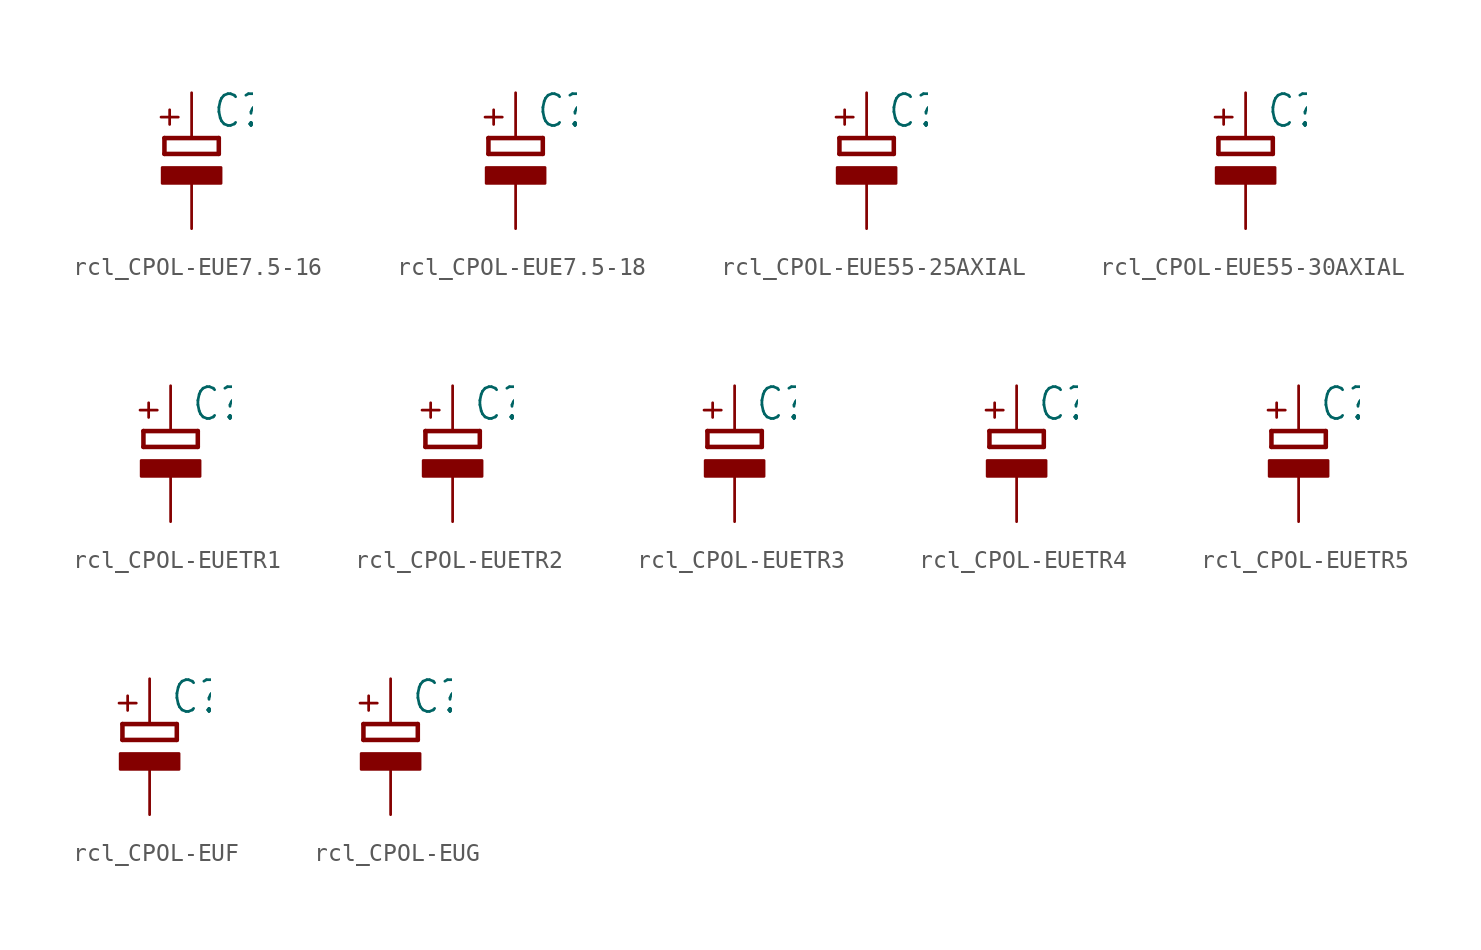
<source format=kicad_sym>
(kicad_symbol_lib
  (version 20231120)
  (generator "kicad_symbol_editor")
  (generator_version "8.0")
  (symbol "rcl_CPOL-EUE7.5-16"
    (property "Reference" "C"
      (at 1.143 0.483 0)
      (effects (font (size 1.778 1.511)) (justify left bottom)))
    (property "Value" ""
      (at 1.143 -4.597 0)
      (effects (font (size 1.778 1.511)) (justify left bottom)))
    (property "ki_locked" ""
      (at 0 0 0)
      (effects (font (size 1.27 1.27))))
    (symbol "rcl_CPOL-EUE7.5-16_1_0"
      (rectangle (start -1.651 -2.54) (end 1.651 -1.651) (stroke (width 0) (type default)) (fill (type outline)))
      (polyline (pts (xy -1.524 -0.889) (xy 1.524 -0.889)) (stroke (width 0.254) (type solid)) (fill (type none)))
      (polyline (pts (xy -1.524 0) (xy -1.524 -0.889)) (stroke (width 0.254) (type solid)) (fill (type none)))
      (polyline (pts (xy -1.524 0) (xy 1.524 0)) (stroke (width 0.254) (type solid)) (fill (type none)))
      (polyline (pts (xy 1.524 -0.889) (xy 1.524 0)) (stroke (width 0.254) (type solid)) (fill (type none)))
      (text "+" (at -0.584 0.406 900) (effects (font (size 1.27 1.079)) (justify left bottom)))
      (pin passive line (at 0 2.54 270) (length 2.54) (name "+" (effects (font (size 0 0)))) (number "+" (effects (font (size 0 0)))))
      (pin passive line (at 0 -5.08 90) (length 2.54) (name "-" (effects (font (size 0 0)))) (number "-" (effects (font (size 0 0)))))))
  (symbol "rcl_CPOL-EUE7.5-18"
    (property "Reference" "C"
      (at 1.143 0.483 0)
      (effects (font (size 1.778 1.511)) (justify left bottom)))
    (property "Value" ""
      (at 1.143 -4.597 0)
      (effects (font (size 1.778 1.511)) (justify left bottom)))
    (property "ki_locked" ""
      (at 0 0 0)
      (effects (font (size 1.27 1.27))))
    (symbol "rcl_CPOL-EUE7.5-18_1_0"
      (rectangle (start -1.651 -2.54) (end 1.651 -1.651) (stroke (width 0) (type default)) (fill (type outline)))
      (polyline (pts (xy -1.524 -0.889) (xy 1.524 -0.889)) (stroke (width 0.254) (type solid)) (fill (type none)))
      (polyline (pts (xy -1.524 0) (xy -1.524 -0.889)) (stroke (width 0.254) (type solid)) (fill (type none)))
      (polyline (pts (xy -1.524 0) (xy 1.524 0)) (stroke (width 0.254) (type solid)) (fill (type none)))
      (polyline (pts (xy 1.524 -0.889) (xy 1.524 0)) (stroke (width 0.254) (type solid)) (fill (type none)))
      (text "+" (at -0.584 0.406 900) (effects (font (size 1.27 1.079)) (justify left bottom)))
      (pin passive line (at 0 2.54 270) (length 2.54) (name "+" (effects (font (size 0 0)))) (number "+" (effects (font (size 0 0)))))
      (pin passive line (at 0 -5.08 90) (length 2.54) (name "-" (effects (font (size 0 0)))) (number "-" (effects (font (size 0 0)))))))
  (symbol "rcl_CPOL-EUE55-25AXIAL"
    (property "Reference" "C"
      (at 1.143 0.483 0)
      (effects (font (size 1.778 1.511)) (justify left bottom)))
    (property "Value" ""
      (at 1.143 -4.597 0)
      (effects (font (size 1.778 1.511)) (justify left bottom)))
    (property "ki_locked" ""
      (at 0 0 0)
      (effects (font (size 1.27 1.27))))
    (symbol "rcl_CPOL-EUE55-25AXIAL_1_0"
      (rectangle (start -1.651 -2.54) (end 1.651 -1.651) (stroke (width 0) (type default)) (fill (type outline)))
      (polyline (pts (xy -1.524 -0.889) (xy 1.524 -0.889)) (stroke (width 0.254) (type solid)) (fill (type none)))
      (polyline (pts (xy -1.524 0) (xy -1.524 -0.889)) (stroke (width 0.254) (type solid)) (fill (type none)))
      (polyline (pts (xy -1.524 0) (xy 1.524 0)) (stroke (width 0.254) (type solid)) (fill (type none)))
      (polyline (pts (xy 1.524 -0.889) (xy 1.524 0)) (stroke (width 0.254) (type solid)) (fill (type none)))
      (text "+" (at -0.584 0.406 900) (effects (font (size 1.27 1.079)) (justify left bottom)))
      (pin passive line (at 0 2.54 270) (length 2.54) (name "+" (effects (font (size 0 0)))) (number "+" (effects (font (size 0 0)))))
      (pin passive line (at 0 -5.08 90) (length 2.54) (name "-" (effects (font (size 0 0)))) (number "-" (effects (font (size 0 0)))))))
  (symbol "rcl_CPOL-EUE55-30AXIAL"
    (property "Reference" "C"
      (at 1.143 0.483 0)
      (effects (font (size 1.778 1.511)) (justify left bottom)))
    (property "Value" ""
      (at 1.143 -4.597 0)
      (effects (font (size 1.778 1.511)) (justify left bottom)))
    (property "ki_locked" ""
      (at 0 0 0)
      (effects (font (size 1.27 1.27))))
    (symbol "rcl_CPOL-EUE55-30AXIAL_1_0"
      (rectangle (start -1.651 -2.54) (end 1.651 -1.651) (stroke (width 0) (type default)) (fill (type outline)))
      (polyline (pts (xy -1.524 -0.889) (xy 1.524 -0.889)) (stroke (width 0.254) (type solid)) (fill (type none)))
      (polyline (pts (xy -1.524 0) (xy -1.524 -0.889)) (stroke (width 0.254) (type solid)) (fill (type none)))
      (polyline (pts (xy -1.524 0) (xy 1.524 0)) (stroke (width 0.254) (type solid)) (fill (type none)))
      (polyline (pts (xy 1.524 -0.889) (xy 1.524 0)) (stroke (width 0.254) (type solid)) (fill (type none)))
      (text "+" (at -0.584 0.406 900) (effects (font (size 1.27 1.079)) (justify left bottom)))
      (pin passive line (at 0 2.54 270) (length 2.54) (name "+" (effects (font (size 0 0)))) (number "+" (effects (font (size 0 0)))))
      (pin passive line (at 0 -5.08 90) (length 2.54) (name "-" (effects (font (size 0 0)))) (number "-" (effects (font (size 0 0)))))))
  (symbol "rcl_CPOL-EUETR1"
    (property "Reference" "C"
      (at 1.143 0.483 0)
      (effects (font (size 1.778 1.511)) (justify left bottom)))
    (property "Value" ""
      (at 1.143 -4.597 0)
      (effects (font (size 1.778 1.511)) (justify left bottom)))
    (property "ki_locked" ""
      (at 0 0 0)
      (effects (font (size 1.27 1.27))))
    (symbol "rcl_CPOL-EUETR1_1_0"
      (rectangle (start -1.651 -2.54) (end 1.651 -1.651) (stroke (width 0) (type default)) (fill (type outline)))
      (polyline (pts (xy -1.524 -0.889) (xy 1.524 -0.889)) (stroke (width 0.254) (type solid)) (fill (type none)))
      (polyline (pts (xy -1.524 0) (xy -1.524 -0.889)) (stroke (width 0.254) (type solid)) (fill (type none)))
      (polyline (pts (xy -1.524 0) (xy 1.524 0)) (stroke (width 0.254) (type solid)) (fill (type none)))
      (polyline (pts (xy 1.524 -0.889) (xy 1.524 0)) (stroke (width 0.254) (type solid)) (fill (type none)))
      (text "+" (at -0.584 0.406 900) (effects (font (size 1.27 1.079)) (justify left bottom)))
      (pin passive line (at 0 2.54 270) (length 2.54) (name "+" (effects (font (size 0 0)))) (number "+" (effects (font (size 0 0)))))
      (pin passive line (at 0 -5.08 90) (length 2.54) (name "-" (effects (font (size 0 0)))) (number "-" (effects (font (size 0 0)))))))
  (symbol "rcl_CPOL-EUETR2"
    (property "Reference" "C"
      (at 1.143 0.483 0)
      (effects (font (size 1.778 1.511)) (justify left bottom)))
    (property "Value" ""
      (at 1.143 -4.597 0)
      (effects (font (size 1.778 1.511)) (justify left bottom)))
    (property "ki_locked" ""
      (at 0 0 0)
      (effects (font (size 1.27 1.27))))
    (symbol "rcl_CPOL-EUETR2_1_0"
      (rectangle (start -1.651 -2.54) (end 1.651 -1.651) (stroke (width 0) (type default)) (fill (type outline)))
      (polyline (pts (xy -1.524 -0.889) (xy 1.524 -0.889)) (stroke (width 0.254) (type solid)) (fill (type none)))
      (polyline (pts (xy -1.524 0) (xy -1.524 -0.889)) (stroke (width 0.254) (type solid)) (fill (type none)))
      (polyline (pts (xy -1.524 0) (xy 1.524 0)) (stroke (width 0.254) (type solid)) (fill (type none)))
      (polyline (pts (xy 1.524 -0.889) (xy 1.524 0)) (stroke (width 0.254) (type solid)) (fill (type none)))
      (text "+" (at -0.584 0.406 900) (effects (font (size 1.27 1.079)) (justify left bottom)))
      (pin passive line (at 0 2.54 270) (length 2.54) (name "+" (effects (font (size 0 0)))) (number "+" (effects (font (size 0 0)))))
      (pin passive line (at 0 -5.08 90) (length 2.54) (name "-" (effects (font (size 0 0)))) (number "-" (effects (font (size 0 0)))))))
  (symbol "rcl_CPOL-EUETR3"
    (property "Reference" "C"
      (at 1.143 0.483 0)
      (effects (font (size 1.778 1.511)) (justify left bottom)))
    (property "Value" ""
      (at 1.143 -4.597 0)
      (effects (font (size 1.778 1.511)) (justify left bottom)))
    (property "ki_locked" ""
      (at 0 0 0)
      (effects (font (size 1.27 1.27))))
    (symbol "rcl_CPOL-EUETR3_1_0"
      (rectangle (start -1.651 -2.54) (end 1.651 -1.651) (stroke (width 0) (type default)) (fill (type outline)))
      (polyline (pts (xy -1.524 -0.889) (xy 1.524 -0.889)) (stroke (width 0.254) (type solid)) (fill (type none)))
      (polyline (pts (xy -1.524 0) (xy -1.524 -0.889)) (stroke (width 0.254) (type solid)) (fill (type none)))
      (polyline (pts (xy -1.524 0) (xy 1.524 0)) (stroke (width 0.254) (type solid)) (fill (type none)))
      (polyline (pts (xy 1.524 -0.889) (xy 1.524 0)) (stroke (width 0.254) (type solid)) (fill (type none)))
      (text "+" (at -0.584 0.406 900) (effects (font (size 1.27 1.079)) (justify left bottom)))
      (pin passive line (at 0 2.54 270) (length 2.54) (name "+" (effects (font (size 0 0)))) (number "+" (effects (font (size 0 0)))))
      (pin passive line (at 0 -5.08 90) (length 2.54) (name "-" (effects (font (size 0 0)))) (number "-" (effects (font (size 0 0)))))))
  (symbol "rcl_CPOL-EUETR4"
    (property "Reference" "C"
      (at 1.143 0.483 0)
      (effects (font (size 1.778 1.511)) (justify left bottom)))
    (property "Value" ""
      (at 1.143 -4.597 0)
      (effects (font (size 1.778 1.511)) (justify left bottom)))
    (property "ki_locked" ""
      (at 0 0 0)
      (effects (font (size 1.27 1.27))))
    (symbol "rcl_CPOL-EUETR4_1_0"
      (rectangle (start -1.651 -2.54) (end 1.651 -1.651) (stroke (width 0) (type default)) (fill (type outline)))
      (polyline (pts (xy -1.524 -0.889) (xy 1.524 -0.889)) (stroke (width 0.254) (type solid)) (fill (type none)))
      (polyline (pts (xy -1.524 0) (xy -1.524 -0.889)) (stroke (width 0.254) (type solid)) (fill (type none)))
      (polyline (pts (xy -1.524 0) (xy 1.524 0)) (stroke (width 0.254) (type solid)) (fill (type none)))
      (polyline (pts (xy 1.524 -0.889) (xy 1.524 0)) (stroke (width 0.254) (type solid)) (fill (type none)))
      (text "+" (at -0.584 0.406 900) (effects (font (size 1.27 1.079)) (justify left bottom)))
      (pin passive line (at 0 2.54 270) (length 2.54) (name "+" (effects (font (size 0 0)))) (number "+" (effects (font (size 0 0)))))
      (pin passive line (at 0 -5.08 90) (length 2.54) (name "-" (effects (font (size 0 0)))) (number "-" (effects (font (size 0 0)))))))
  (symbol "rcl_CPOL-EUETR5"
    (property "Reference" "C"
      (at 1.143 0.483 0)
      (effects (font (size 1.778 1.511)) (justify left bottom)))
    (property "Value" ""
      (at 1.143 -4.597 0)
      (effects (font (size 1.778 1.511)) (justify left bottom)))
    (property "ki_locked" ""
      (at 0 0 0)
      (effects (font (size 1.27 1.27))))
    (symbol "rcl_CPOL-EUETR5_1_0"
      (rectangle (start -1.651 -2.54) (end 1.651 -1.651) (stroke (width 0) (type default)) (fill (type outline)))
      (polyline (pts (xy -1.524 -0.889) (xy 1.524 -0.889)) (stroke (width 0.254) (type solid)) (fill (type none)))
      (polyline (pts (xy -1.524 0) (xy -1.524 -0.889)) (stroke (width 0.254) (type solid)) (fill (type none)))
      (polyline (pts (xy -1.524 0) (xy 1.524 0)) (stroke (width 0.254) (type solid)) (fill (type none)))
      (polyline (pts (xy 1.524 -0.889) (xy 1.524 0)) (stroke (width 0.254) (type solid)) (fill (type none)))
      (text "+" (at -0.584 0.406 900) (effects (font (size 1.27 1.079)) (justify left bottom)))
      (pin passive line (at 0 2.54 270) (length 2.54) (name "+" (effects (font (size 0 0)))) (number "+" (effects (font (size 0 0)))))
      (pin passive line (at 0 -5.08 90) (length 2.54) (name "-" (effects (font (size 0 0)))) (number "-" (effects (font (size 0 0)))))))
  (symbol "rcl_CPOL-EUF"
    (property "Reference" "C"
      (at 1.143 0.483 0)
      (effects (font (size 1.778 1.511)) (justify left bottom)))
    (property "Value" ""
      (at 1.143 -4.597 0)
      (effects (font (size 1.778 1.511)) (justify left bottom)))
    (property "ki_locked" ""
      (at 0 0 0)
      (effects (font (size 1.27 1.27))))
    (symbol "rcl_CPOL-EUF_1_0"
      (rectangle (start -1.651 -2.54) (end 1.651 -1.651) (stroke (width 0) (type default)) (fill (type outline)))
      (polyline (pts (xy -1.524 -0.889) (xy 1.524 -0.889)) (stroke (width 0.254) (type solid)) (fill (type none)))
      (polyline (pts (xy -1.524 0) (xy -1.524 -0.889)) (stroke (width 0.254) (type solid)) (fill (type none)))
      (polyline (pts (xy -1.524 0) (xy 1.524 0)) (stroke (width 0.254) (type solid)) (fill (type none)))
      (polyline (pts (xy 1.524 -0.889) (xy 1.524 0)) (stroke (width 0.254) (type solid)) (fill (type none)))
      (text "+" (at -0.584 0.406 900) (effects (font (size 1.27 1.079)) (justify left bottom)))
      (pin passive line (at 0 2.54 270) (length 2.54) (name "+" (effects (font (size 0 0)))) (number "+" (effects (font (size 0 0)))))
      (pin passive line (at 0 -5.08 90) (length 2.54) (name "-" (effects (font (size 0 0)))) (number "-" (effects (font (size 0 0)))))))
  (symbol "rcl_CPOL-EUG"
    (property "Reference" "C"
      (at 1.143 0.483 0)
      (effects (font (size 1.778 1.511)) (justify left bottom)))
    (property "Value" ""
      (at 1.143 -4.597 0)
      (effects (font (size 1.778 1.511)) (justify left bottom)))
    (property "ki_locked" ""
      (at 0 0 0)
      (effects (font (size 1.27 1.27))))
    (symbol "rcl_CPOL-EUG_1_0"
      (rectangle (start -1.651 -2.54) (end 1.651 -1.651) (stroke (width 0) (type default)) (fill (type outline)))
      (polyline (pts (xy -1.524 -0.889) (xy 1.524 -0.889)) (stroke (width 0.254) (type solid)) (fill (type none)))
      (polyline (pts (xy -1.524 0) (xy -1.524 -0.889)) (stroke (width 0.254) (type solid)) (fill (type none)))
      (polyline (pts (xy -1.524 0) (xy 1.524 0)) (stroke (width 0.254) (type solid)) (fill (type none)))
      (polyline (pts (xy 1.524 -0.889) (xy 1.524 0)) (stroke (width 0.254) (type solid)) (fill (type none)))
      (text "+" (at -0.584 0.406 900) (effects (font (size 1.27 1.079)) (justify left bottom)))
      (pin passive line (at 0 2.54 270) (length 2.54) (name "+" (effects (font (size 0 0)))) (number "+" (effects (font (size 0 0)))))
      (pin passive line (at 0 -5.08 90) (length 2.54) (name "-" (effects (font (size 0 0)))) (number "-" (effects (font (size 0 0))))))))
</source>
